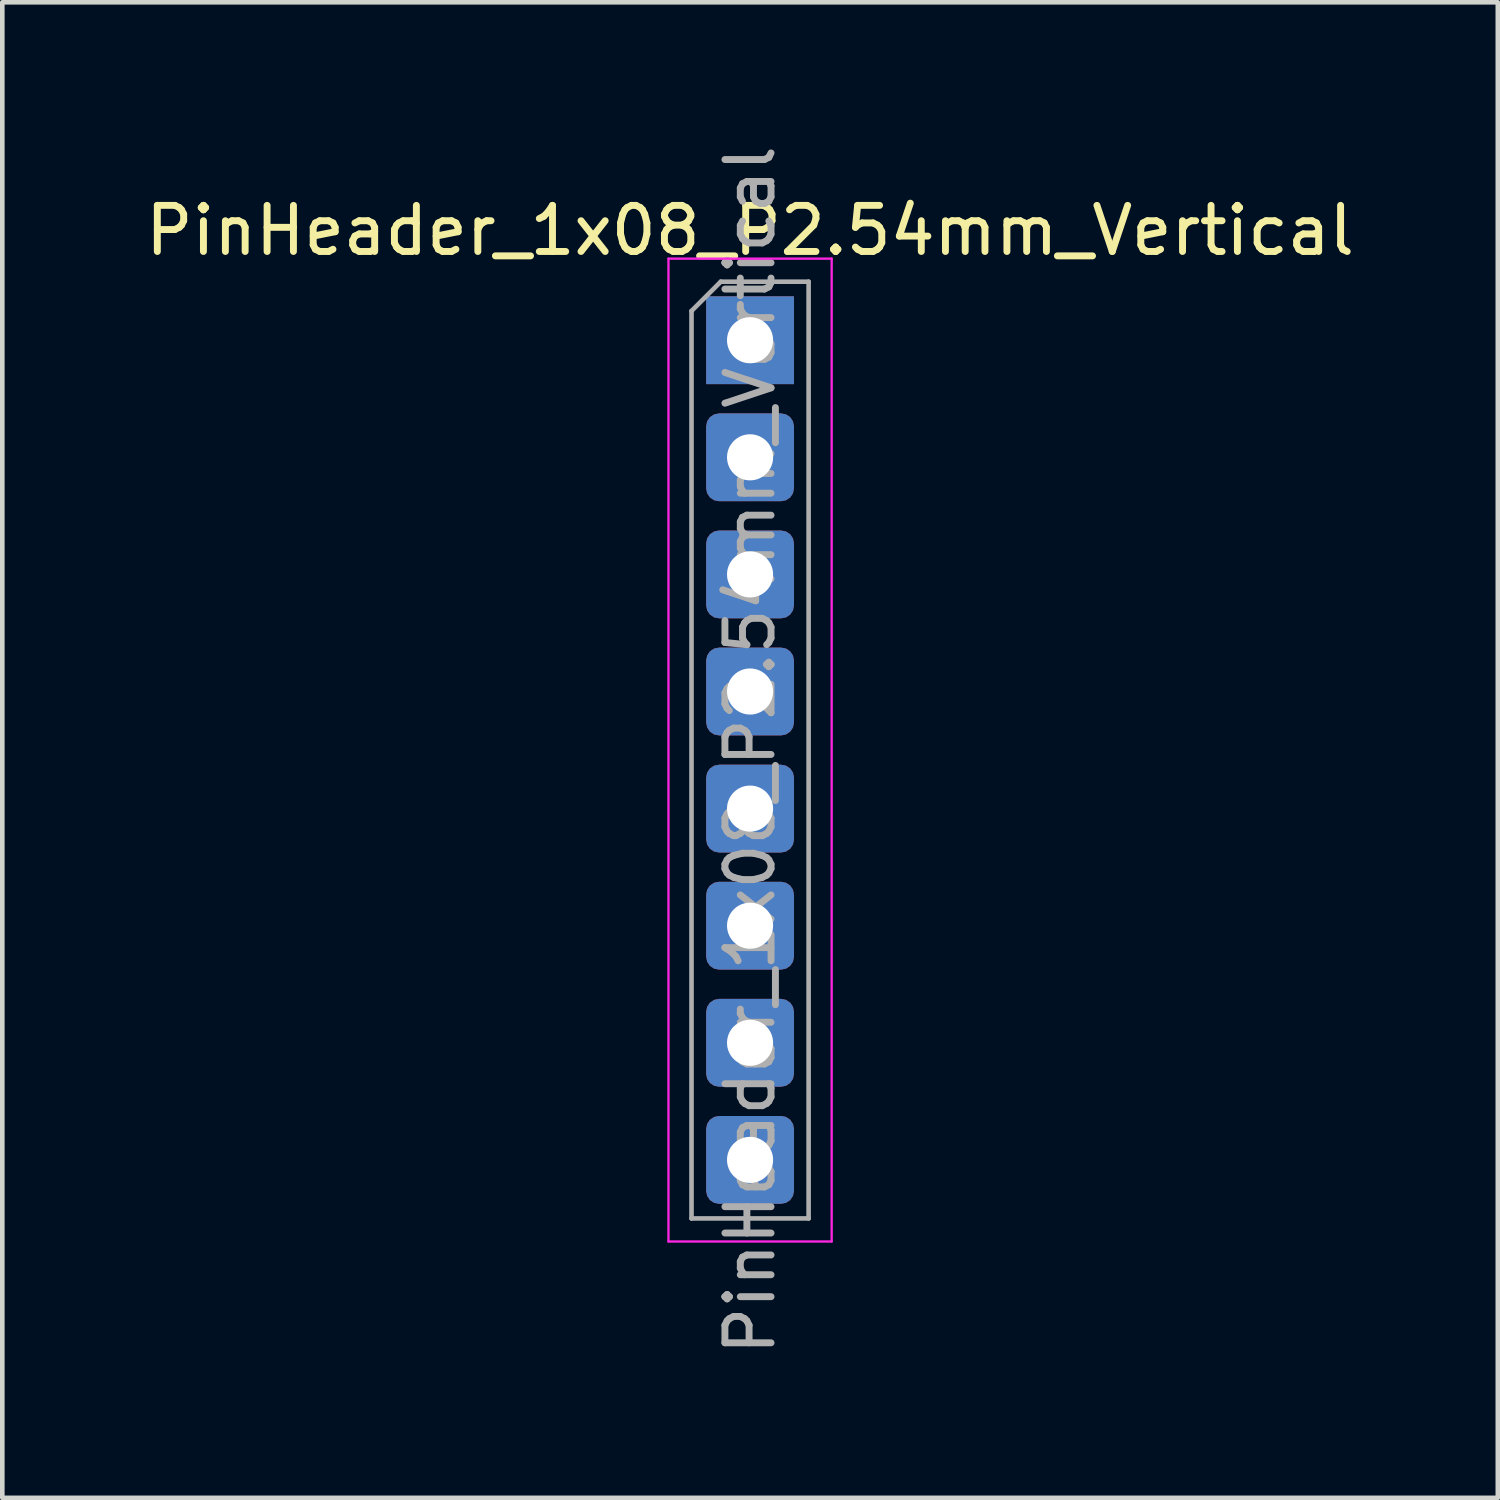
<source format=kicad_pcb>
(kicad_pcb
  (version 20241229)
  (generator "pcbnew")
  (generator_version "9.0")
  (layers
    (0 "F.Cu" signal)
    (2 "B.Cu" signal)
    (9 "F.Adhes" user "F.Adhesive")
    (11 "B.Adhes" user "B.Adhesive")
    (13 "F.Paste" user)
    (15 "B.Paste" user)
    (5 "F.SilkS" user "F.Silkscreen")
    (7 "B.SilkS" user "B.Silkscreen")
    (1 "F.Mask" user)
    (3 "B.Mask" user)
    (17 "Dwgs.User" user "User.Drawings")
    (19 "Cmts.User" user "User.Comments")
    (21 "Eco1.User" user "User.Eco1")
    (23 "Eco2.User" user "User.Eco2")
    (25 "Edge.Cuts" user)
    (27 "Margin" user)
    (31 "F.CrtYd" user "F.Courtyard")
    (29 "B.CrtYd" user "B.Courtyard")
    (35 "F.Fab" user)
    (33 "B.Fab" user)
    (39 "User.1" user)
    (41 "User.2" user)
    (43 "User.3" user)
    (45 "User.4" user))
  (footprint "PinHeader_1x08_P2.54mm_Vertical"
    (layer "F.Cu")
    (at 13.22 4.33)
    (property "Reference" "PinHeader_1x08_P2.54mm_Vertical" (at 0 -2.38 0) (layer "F.SilkS") (effects (font (size 1 1) (thickness 0.15))))
    (attr through_hole)
    (fp_line (start -1.77 -1.77) (end -1.77 19.55) (stroke (width 0.05) (type solid)) (layer "F.CrtYd"))
    (fp_line (start -1.77 19.55) (end 1.77 19.55) (stroke (width 0.05) (type solid)) (layer "F.CrtYd"))
    (fp_line (start 1.77 -1.77) (end -1.77 -1.77) (stroke (width 0.05) (type solid)) (layer "F.CrtYd"))
    (fp_line (start 1.77 19.55) (end 1.77 -1.77) (stroke (width 0.05) (type solid)) (layer "F.CrtYd"))
    (fp_line (start -1.27 -0.635) (end -0.635 -1.27) (stroke (width 0.1) (type solid)) (layer "F.Fab"))
    (fp_line (start -1.27 19.05) (end -1.27 -0.635) (stroke (width 0.1) (type solid)) (layer "F.Fab"))
    (fp_line (start -0.635 -1.27) (end 1.27 -1.27) (stroke (width 0.1) (type solid)) (layer "F.Fab"))
    (fp_line (start 1.27 -1.27) (end 1.27 19.05) (stroke (width 0.1) (type solid)) (layer "F.Fab"))
    (fp_line (start 1.27 19.05) (end -1.27 19.05) (stroke (width 0.1) (type solid)) (layer "F.Fab"))
    (fp_text user "${REFERENCE}" (at 0 8.89 90) (layer "F.Fab") (effects (font (size 1 1) (thickness 0.15))))
    (pad "1" thru_hole rect (at 0 0) (size 1.905 1.905) (drill 1) (layers "*.Cu" "*.Mask"))
    (pad "2" thru_hole roundrect (at 0 2.54) (size 1.905 1.905) (drill 1) (layers "*.Cu" "*.Mask") (roundrect_rratio 0.147))
    (pad "3" thru_hole roundrect (at 0 5.08) (size 1.905 1.905) (drill 1) (layers "*.Cu" "*.Mask") (roundrect_rratio 0.147))
    (pad "4" thru_hole roundrect (at 0 7.62) (size 1.905 1.905) (drill 1) (layers "*.Cu" "*.Mask") (roundrect_rratio 0.147))
    (pad "5" thru_hole roundrect (at 0 10.16) (size 1.905 1.905) (drill 1) (layers "*.Cu" "*.Mask") (roundrect_rratio 0.147))
    (pad "6" thru_hole roundrect (at 0 12.7) (size 1.905 1.905) (drill 1) (layers "*.Cu" "*.Mask") (roundrect_rratio 0.147))
    (pad "7" thru_hole roundrect (at 0 15.24) (size 1.905 1.905) (drill 1) (layers "*.Cu" "*.Mask") (roundrect_rratio 0.147))
    (pad "8" thru_hole roundrect (at 0 17.78) (size 1.905 1.905) (drill 1) (layers "*.Cu" "*.Mask") (roundrect_rratio 0.147)))
  (gr_rect
    (start -3 -3)
    (end 29.44 29.44)
    (stroke (width 0.1) (type default))
    (fill no)
    (layer "Edge.Cuts")))
</source>
